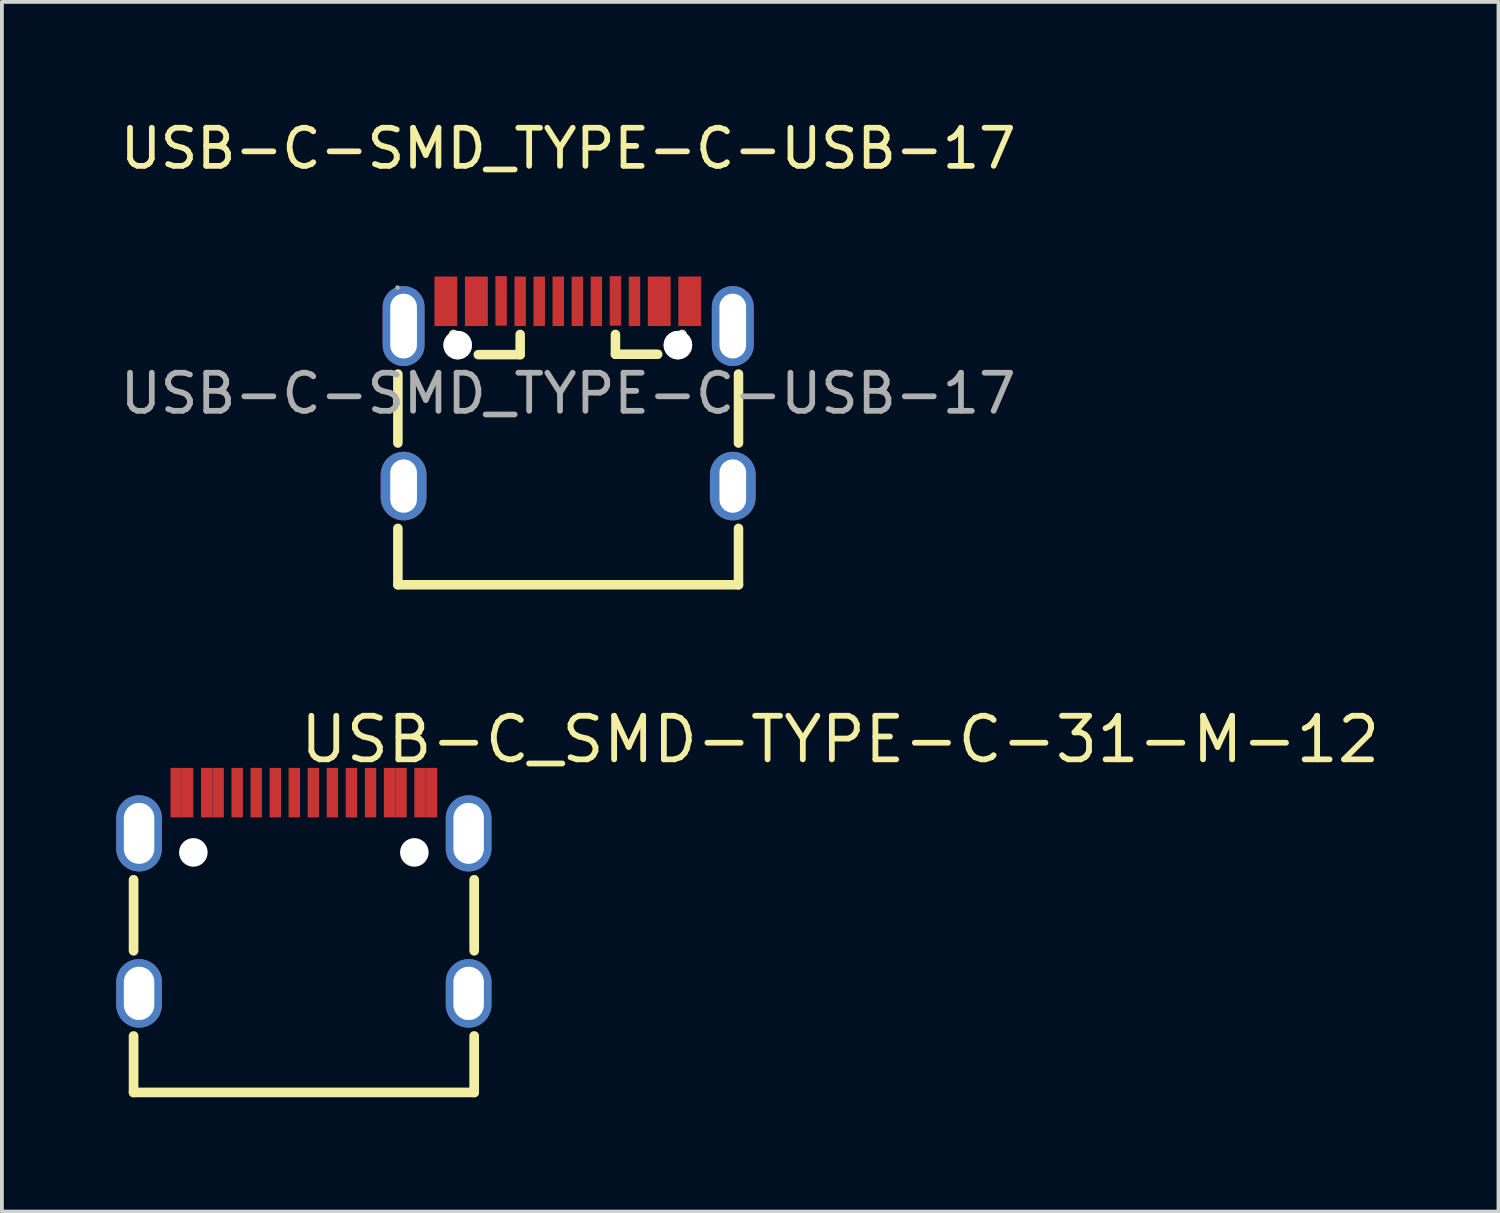
<source format=kicad_pcb>
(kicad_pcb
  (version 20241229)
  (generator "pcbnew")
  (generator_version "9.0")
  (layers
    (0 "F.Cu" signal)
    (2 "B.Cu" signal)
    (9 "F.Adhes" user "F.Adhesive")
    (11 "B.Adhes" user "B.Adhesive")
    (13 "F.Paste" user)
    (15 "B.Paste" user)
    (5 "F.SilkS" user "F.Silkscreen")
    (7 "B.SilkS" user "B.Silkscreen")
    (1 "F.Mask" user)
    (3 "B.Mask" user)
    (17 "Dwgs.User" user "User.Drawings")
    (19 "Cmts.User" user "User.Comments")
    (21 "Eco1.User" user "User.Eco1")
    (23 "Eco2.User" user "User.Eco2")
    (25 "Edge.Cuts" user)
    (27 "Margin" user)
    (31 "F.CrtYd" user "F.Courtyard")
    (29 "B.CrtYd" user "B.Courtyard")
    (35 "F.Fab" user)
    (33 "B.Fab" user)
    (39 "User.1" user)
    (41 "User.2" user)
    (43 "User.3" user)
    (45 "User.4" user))
  (footprint "USB-C_SMD-TYPE-C-31-M-12"
    (layer "F.Cu")
    (at 4.925 20.389)
    (property "Reference" "USB-C_SMD-TYPE-C-31-M-12" (at -0.175 -4.03 0) (layer "F.SilkS") (effects (font (size 1.143 1.143) (thickness 0.152)) (justify left)))
    (attr smd)
    (fp_line (start -4.469 1.516) (end -4.469 -0.347) (stroke (width 0.254) (type solid)) (layer "F.SilkS"))
    (fp_line (start -4.469 5.234) (end -4.469 3.753) (stroke (width 0.254) (type solid)) (layer "F.SilkS"))
    (fp_line (start 4.471 1.516) (end 4.471 -0.348) (stroke (width 0.254) (type solid)) (layer "F.SilkS"))
    (fp_line (start 4.471 5.234) (end -4.469 5.234) (stroke (width 0.254) (type solid)) (layer "F.SilkS"))
    (fp_line (start 4.471 5.234) (end 4.471 3.752) (stroke (width 0.254) (type solid)) (layer "F.SilkS"))
    (fp_poly (pts (xy -1.9 -3.284) (xy -1.6 -3.284) (xy -1.6 -1.985) (xy -1.9 -1.985)) (stroke (width 0) (type solid)) (fill yes) (layer "F.Paste"))
    (fp_poly (pts (xy -1.4 -3.284) (xy -1.1 -3.284) (xy -1.1 -1.985) (xy -1.4 -1.985)) (stroke (width 0) (type solid)) (fill yes) (layer "F.Paste"))
    (fp_poly (pts (xy -0.9 -3.284) (xy -0.6 -3.284) (xy -0.6 -1.985) (xy -0.9 -1.985)) (stroke (width 0) (type solid)) (fill yes) (layer "F.Paste"))
    (fp_poly (pts (xy -0.4 -3.284) (xy -0.1 -3.284) (xy -0.1 -1.985) (xy -0.4 -1.985)) (stroke (width 0) (type solid)) (fill yes) (layer "F.Paste"))
    (fp_poly (pts (xy 0.1 -3.284) (xy 0.4 -3.284) (xy 0.4 -1.985) (xy 0.1 -1.985)) (stroke (width 0) (type solid)) (fill yes) (layer "F.Paste"))
    (fp_poly (pts (xy 0.6 -3.284) (xy 0.9 -3.284) (xy 0.9 -1.985) (xy 0.6 -1.985)) (stroke (width 0) (type solid)) (fill yes) (layer "F.Paste"))
    (fp_poly (pts (xy 1.1 -3.284) (xy 1.4 -3.284) (xy 1.4 -1.985) (xy 1.1 -1.985)) (stroke (width 0) (type solid)) (fill yes) (layer "F.Paste"))
    (fp_poly (pts (xy 1.6 -3.284) (xy 1.9 -3.284) (xy 1.9 -1.985) (xy 1.6 -1.985)) (stroke (width 0) (type solid)) (fill yes) (layer "F.Paste"))
    (fp_poly (pts (xy -3.45 -3.284) (xy -2.95 -3.284) (xy -2.95 -1.984) (xy -3.45 -1.984) (xy -3.45 -2.007)) (stroke (width 0) (type solid)) (fill yes) (layer "F.Paste"))
    (fp_poly (pts (xy -2.65 -3.284) (xy -2.15 -3.284) (xy -2.15 -1.984) (xy -2.65 -1.984) (xy -2.65 -2.007)) (stroke (width 0) (type solid)) (fill yes) (layer "F.Paste"))
    (fp_poly (pts (xy 2.15 -3.284) (xy 2.65 -3.284) (xy 2.65 -1.984) (xy 2.15 -1.984) (xy 2.15 -2.007)) (stroke (width 0) (type solid)) (fill yes) (layer "F.Paste"))
    (fp_poly (pts (xy 2.95 -3.284) (xy 3.45 -3.284) (xy 3.45 -1.984) (xy 2.95 -1.984) (xy 2.95 -2.007)) (stroke (width 0) (type solid)) (fill yes) (layer "F.Paste"))
    (fp_circle (center -2.9 -1.066) (end -2.775 -1.066) (stroke (width 0.25) (type solid)) (fill no) (layer "Cmts.User"))
    (fp_circle (center 2.9 -1.066) (end 3.025 -1.066) (stroke (width 0.25) (type solid)) (fill no) (layer "Cmts.User"))
    (pad "" np_thru_hole circle (at -2.9 -1.066) (size 0.75 0.75) (drill 0.75) (layers "*.Cu" "*.Mask"))
    (pad "" np_thru_hole circle (at 2.9 -1.066) (size 0.75 0.75) (drill 0.75) (layers "*.Cu" "*.Mask"))
    (pad "0" thru_hole oval (at -4.325 -1.566) (size 1.2 2) (drill oval 0.8 1.6) (layers "*.Cu" "*.Paste" "*.Mask"))
    (pad "0" thru_hole oval (at -4.325 2.634) (size 1.2 1.8) (drill oval 0.8 1.4) (layers "*.Cu" "*.Paste" "*.Mask"))
    (pad "0" thru_hole oval (at 4.325 -1.566) (size 1.2 2) (drill oval 0.8 1.6) (layers "*.Cu" "*.Paste" "*.Mask"))
    (pad "0" thru_hole oval (at 4.325 2.634) (size 1.2 1.8) (drill oval 0.8 1.4) (layers "*.Cu" "*.Paste" "*.Mask"))
    (pad "A1" smd rect (at -3.35 -2.634) (size 0.3 1.3) (layers "F.Cu" "F.Mask" "F.Paste"))
    (pad "A4" smd rect (at -2.55 -2.634) (size 0.3 1.3) (layers "F.Cu" "F.Mask" "F.Paste"))
    (pad "A5" smd rect (at -1.25 -2.634) (size 0.3 1.3) (layers "F.Cu" "F.Mask" "F.Paste"))
    (pad "A6" smd rect (at -0.25 -2.634) (size 0.3 1.3) (layers "F.Cu" "F.Mask" "F.Paste"))
    (pad "A7" smd rect (at 0.25 -2.634) (size 0.3 1.3) (layers "F.Cu" "F.Mask" "F.Paste"))
    (pad "A8" smd rect (at 1.25 -2.634) (size 0.3 1.3) (layers "F.Cu" "F.Mask" "F.Paste"))
    (pad "A9" smd rect (at 2.55 -2.634) (size 0.3 1.3) (layers "F.Cu" "F.Mask" "F.Paste"))
    (pad "A12" smd rect (at 3.35 -2.634) (size 0.3 1.3) (layers "F.Cu" "F.Mask" "F.Paste"))
    (pad "B1" smd rect (at 3.05 -2.634) (size 0.3 1.3) (layers "F.Cu" "F.Mask" "F.Paste"))
    (pad "B4" smd rect (at 2.25 -2.634) (size 0.3 1.3) (layers "F.Cu" "F.Mask" "F.Paste"))
    (pad "B5" smd rect (at 1.75 -2.634) (size 0.3 1.3) (layers "F.Cu" "F.Mask" "F.Paste"))
    (pad "B6" smd rect (at 0.75 -2.634) (size 0.3 1.3) (layers "F.Cu" "F.Mask" "F.Paste"))
    (pad "B7" smd rect (at -0.75 -2.634) (size 0.3 1.3) (layers "F.Cu" "F.Mask" "F.Paste"))
    (pad "B8" smd rect (at -1.75 -2.634) (size 0.3 1.3) (layers "F.Cu" "F.Mask" "F.Paste"))
    (pad "B9" smd rect (at -2.25 -2.634) (size 0.3 1.3) (layers "F.Cu" "F.Mask" "F.Paste"))
    (pad "B12" smd rect (at -3.05 -2.634) (size 0.3 1.3) (layers "F.Cu" "F.Mask" "F.Paste")))
  (footprint "USB-C-SMD_TYPE-C-USB-17"
    (layer "F.Cu")
    (at 11.863 7.278)
    (property "Reference" "USB-C-SMD_TYPE-C-USB-17" (at 0 -6.43 0) (layer "F.SilkS") (effects (font (size 1 1) (thickness 0.15))))
    (attr smd)
    (fp_line (start -4.47 1.3) (end -4.47 -0.51) (stroke (width 0.25) (type solid)) (layer "F.SilkS"))
    (fp_line (start -4.47 5.02) (end -4.47 3.54) (stroke (width 0.25) (type solid)) (layer "F.SilkS"))
    (fp_line (start -3.01 -1.39) (end -3.01 -1.55) (stroke (width 0.25) (type solid)) (layer "F.SilkS"))
    (fp_line (start -2.36 -1.02) (end -1.26 -1.02) (stroke (width 0.25) (type solid)) (layer "F.SilkS"))
    (fp_line (start -1.26 -1.02) (end -1.26 -1.55) (stroke (width 0.25) (type solid)) (layer "F.SilkS"))
    (fp_line (start 1.24 -1.03) (end 1.24 -1.55) (stroke (width 0.25) (type solid)) (layer "F.SilkS"))
    (fp_line (start 1.24 -1.03) (end 2.35 -1.03) (stroke (width 0.25) (type solid)) (layer "F.SilkS"))
    (fp_line (start 2.99 -1.39) (end 2.99 -1.55) (stroke (width 0.25) (type solid)) (layer "F.SilkS"))
    (fp_line (start 4.47 1.3) (end 4.47 -0.51) (stroke (width 0.25) (type solid)) (layer "F.SilkS"))
    (fp_line (start 4.47 5.02) (end -4.47 5.02) (stroke (width 0.25) (type solid)) (layer "F.SilkS"))
    (fp_line (start 4.47 5.02) (end 4.47 3.54) (stroke (width 0.25) (type solid)) (layer "F.SilkS"))
    (fp_circle (center -2.9 -1.27) (end -2.78 -1.27) (stroke (width 0.25) (type solid)) (fill no) (layer "Cmts.User"))
    (fp_circle (center 2.88 -1.27) (end 3 -1.27) (stroke (width 0.25) (type solid)) (fill no) (layer "Cmts.User"))
    (fp_circle (center -4.48 -2.78) (end -4.45 -2.78) (stroke (width 0.06) (type solid)) (fill no) (layer "F.Fab"))
    (fp_text user "${REFERENCE}" (at 0 0 0) (layer "F.Fab") (effects (font (size 1 1) (thickness 0.15))))
    (pad "" thru_hole circle (at -2.9 -1.27) (size 0.75 0.75) (drill 0.75) (layers "*.Cu" "*.Mask"))
    (pad "" thru_hole circle (at 2.88 -1.27) (size 0.75 0.75) (drill 0.75) (layers "*.Cu" "*.Mask"))
    (pad "0" thru_hole oval (at -4.32 -1.77) (size 1.1 2.1) (drill oval 0.7 1.7) (layers "*.Cu" "*.Mask"))
    (pad "0" thru_hole oval (at -4.32 2.43) (size 1.2 1.8) (drill oval 0.7 1.4) (layers "*.Cu" "*.Mask"))
    (pad "0" thru_hole oval (at 4.32 -1.77) (size 1.1 2.1) (drill oval 0.7 1.7) (layers "*.Cu" "*.Mask"))
    (pad "0" thru_hole oval (at 4.32 2.43) (size 1.2 1.8) (drill oval 0.7 1.4) (layers "*.Cu" "*.Mask"))
    (pad "A1" smd rect (at -3.21 -2.42) (size 0.6 1.3) (layers "F.Cu" "F.Mask" "F.Paste"))
    (pad "A4" smd rect (at -2.41 -2.42) (size 0.6 1.3) (layers "F.Cu" "F.Mask" "F.Paste"))
    (pad "A5" smd rect (at -1.26 -2.42) (size 0.3 1.3) (layers "F.Cu" "F.Mask" "F.Paste"))
    (pad "A6" smd rect (at -0.26 -2.42) (size 0.3 1.3) (layers "F.Cu" "F.Mask" "F.Paste"))
    (pad "A7" smd rect (at 0.24 -2.42) (size 0.3 1.3) (layers "F.Cu" "F.Mask" "F.Paste"))
    (pad "A8" smd rect (at 1.24 -2.43) (size 0.3 1.3) (layers "F.Cu" "F.Mask" "F.Paste"))
    (pad "A9" smd rect (at 2.39 -2.42) (size 0.6 1.3) (layers "F.Cu" "F.Mask" "F.Paste"))
    (pad "A12" smd rect (at 3.19 -2.42) (size 0.6 1.3) (layers "F.Cu" "F.Mask" "F.Paste"))
    (pad "B5" smd rect (at 1.74 -2.42) (size 0.3 1.3) (layers "F.Cu" "F.Mask" "F.Paste"))
    (pad "B6" smd rect (at 0.74 -2.42) (size 0.3 1.3) (layers "F.Cu" "F.Mask" "F.Paste"))
    (pad "B7" smd rect (at -0.76 -2.42) (size 0.3 1.3) (layers "F.Cu" "F.Mask" "F.Paste"))
    (pad "B8" smd rect (at -1.76 -2.43) (size 0.3 1.3) (layers "F.Cu" "F.Mask" "F.Paste")))
  (gr_rect
    (start -3 -3)
    (end 36.28 28.75)
    (stroke (width 0.1) (type default))
    (fill no)
    (layer "Edge.Cuts")))
</source>
